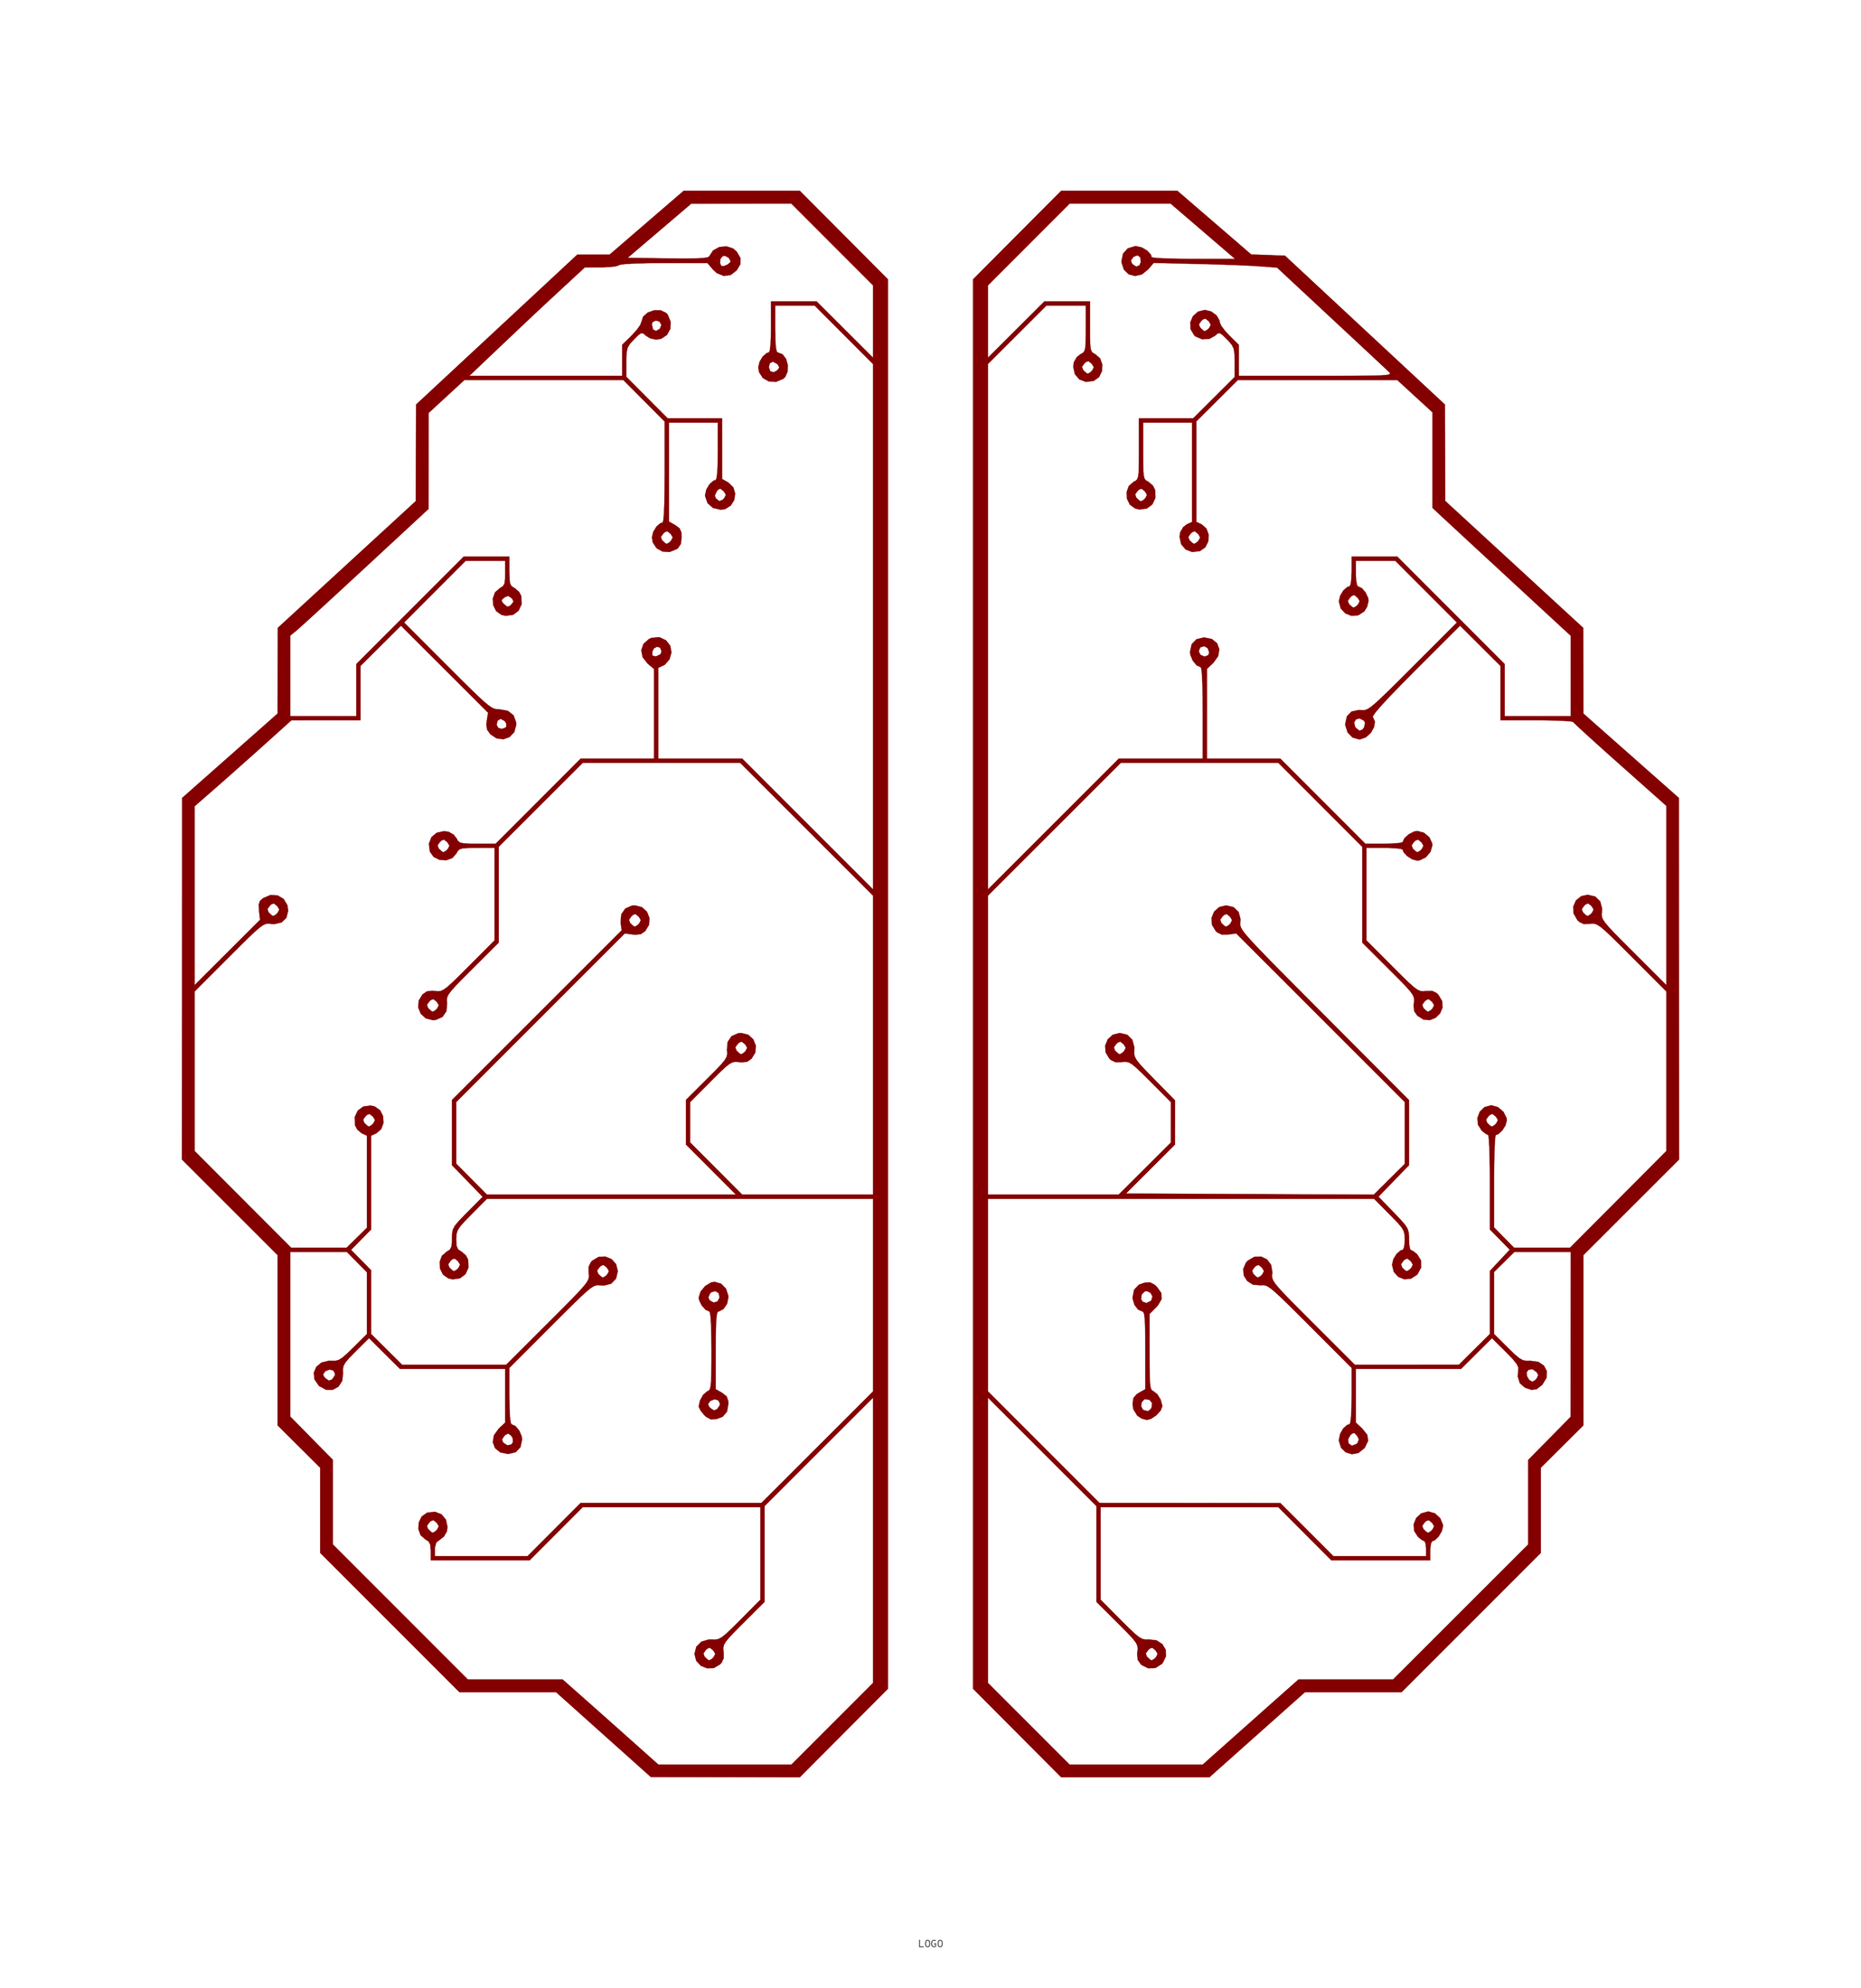
<source format=kicad_sym>
(kicad_symbol_lib
  (version 20220914)
  (generator bitmap2component)
  (symbol "LOGO"
    (pin_names
      (offset 1.016))
    (property "Reference" "#G"
      (at 0 98.055 0)
      (effects (font (size 1.27 1.27)) hide))
    (symbol "LOGO_0_0"
      (polyline (pts (xy -10.774 -93.185) (xy -5.292 -87.681) (xy -5.292 0) (xy -5.292 87.681) (xy -10.774 93.185) (xy -16.255 98.689) (xy -23.487 98.689) (xy -30.718 98.689) (xy -35.322 94.721) (xy -39.926 90.752) (xy -41.935 90.752) (xy -43.946 90.752) (xy -53.974 81.425) (xy -64.002 72.099) (xy -64.016 66.097) (xy -64.029 60.095) (xy -72.616 52.206) (xy -81.203 44.318) (xy -81.215 38.987) (xy -81.227 33.656) (xy -87.168 28.404) (xy -93.11 23.151) (xy -93.11 22.113) (xy -91.546 22.113) (xy -88.983 24.352) (xy -88.512 24.765) (xy -87.258 25.869) (xy -85.821 27.145) (xy -84.341 28.463) (xy -82.963 29.697) (xy -79.507 32.804) (xy -75.208 32.806) (xy -70.908 32.808) (xy -70.908 36.187) (xy -70.908 39.566) (xy -68.393 42.07) (xy -65.879 44.575) (xy -60.462 39.163) (xy -55.045 33.751) (xy -55.207 32.739) (xy -55.261 32.276) (xy -55.259 32.264) (xy -53.975 32.264) (xy -53.853 32.771) (xy -53.483 32.985) (xy -52.992 32.733) (xy -52.787 32.434) (xy -52.769 32.04) (xy -52.877 31.909) (xy -53.327 31.739) (xy -53.773 31.872) (xy -53.975 32.264) (xy -55.259 32.264) (xy -55.167 31.645) (xy -54.758 31.077) (xy -53.995 30.56) (xy -53.144 30.451) (xy -52.361 30.726) (xy -51.78 31.336) (xy -51.537 32.233) (xy -51.549 32.559) (xy -51.868 33.44) (xy -52.581 33.995) (xy -53.637 34.18) (xy -53.945 34.189) (xy -54.248 34.251) (xy -54.587 34.407) (xy -55.011 34.698) (xy -55.567 35.163) (xy -56.304 35.842) (xy -57.269 36.777) (xy -58.511 38.007) (xy -60.077 39.572) (xy -65.478 44.978) (xy -61.648 48.815) (xy -57.818 52.652) (xy -55.367 52.652) (xy -52.917 52.652) (xy -52.917 51.107) (xy -52.927 50.448) (xy -53.002 49.833) (xy -53.199 49.49) (xy -53.571 49.264) (xy -53.571 49.264) (xy -54.179 48.735) (xy -54.454 47.971) (xy -54.443 47.779) (xy -53.35 47.779) (xy -53.024 48.073) (xy -52.951 48.124) (xy -52.535 48.283) (xy -52.144 48.024) (xy -52.025 47.899) (xy -51.885 47.578) (xy -52.161 47.209) (xy -52.349 47.034) (xy -52.654 46.948) (xy -53.041 47.257) (xy -53.277 47.51) (xy -53.35 47.779) (xy -54.443 47.779) (xy -54.405 47.136) (xy -54.042 46.399) (xy -53.375 45.925) (xy -52.836 45.803) (xy -51.929 45.929) (xy -51.241 46.44) (xy -50.866 47.247) (xy -50.902 48.258) (xy -51.173 48.787) (xy -51.733 49.264) (xy -51.789 49.29) (xy -52.115 49.498) (xy -52.295 49.823) (xy -52.371 50.401) (xy -52.388 51.372) (xy -52.388 53.181) (xy -55.234 53.181) (xy -58.08 53.181) (xy -64.759 46.499) (xy -71.438 39.816) (xy -71.438 36.577) (xy -71.438 33.337) (xy -75.539 33.337) (xy -79.64 33.337) (xy -79.64 38.345) (xy -79.64 43.353) (xy -78.883 43.968) (xy -78.812 44.028) (xy -78.344 44.443) (xy -77.549 45.162) (xy -76.473 46.144) (xy -75.162 47.346) (xy -73.663 48.725) (xy -72.022 50.239) (xy -70.284 51.846) (xy -62.442 59.111) (xy -62.44 65.076) (xy -62.438 71.041) (xy -60.211 73.091) (xy -57.983 75.142) (xy -48.103 75.142) (xy -38.222 75.142) (xy -35.648 72.557) (xy -33.073 69.973) (xy -33.073 63.694) (xy -33.073 63.519) (xy -33.086 61.386) (xy -33.119 59.685) (xy -33.173 58.44) (xy -33.246 57.675) (xy -33.337 57.414) (xy -33.603 57.342) (xy -34.101 56.912) (xy -34.498 56.255) (xy -34.647 55.621) (xy -33.536 55.621) (xy -33.249 56.029) (xy -33.046 56.221) (xy -32.74 56.326) (xy -32.368 56.029) (xy -32.297 55.956) (xy -32.074 55.569) (xy -32.268 55.179) (xy -32.494 54.949) (xy -32.808 54.769) (xy -32.98 54.84) (xy -33.349 55.179) (xy -33.403 55.248) (xy -33.536 55.621) (xy -34.647 55.621) (xy -34.66 55.562) (xy -34.558 54.94) (xy -34.082 54.218) (xy -33.335 53.801) (xy -32.446 53.749) (xy -31.544 54.122) (xy -31.407 54.229) (xy -31.056 54.755) (xy -30.956 55.59) (xy -30.994 56.201) (xy -31.216 56.704) (xy -31.748 57.096) (xy -32.54 57.547) (xy -32.542 63.698) (xy -32.544 69.85) (xy -29.501 69.85) (xy -26.458 69.85) (xy -26.458 66.278) (xy -26.475 64.851) (xy -26.527 63.694) (xy -26.611 62.962) (xy -26.723 62.706) (xy -26.989 62.634) (xy -27.486 62.203) (xy -27.883 61.547) (xy -28.046 60.854) (xy -28.042 60.765) (xy -26.832 60.765) (xy -26.602 61.273) (xy -26.41 61.515) (xy -26.141 61.629) (xy -25.77 61.33) (xy -25.68 61.239) (xy -25.462 60.856) (xy -25.654 60.471) (xy -25.86 60.249) (xy -26.268 60.088) (xy -26.686 60.413) (xy -26.832 60.765) (xy -28.042 60.765) (xy -28.04 60.696) (xy -27.737 59.817) (xy -27.049 59.221) (xy -26.076 59.002) (xy -25.541 59.085) (xy -24.843 59.523) (xy -24.414 60.214) (xy -24.294 61.016) (xy -24.52 61.788) (xy -25.134 62.388) (xy -25.926 62.839) (xy -25.927 66.609) (xy -25.929 70.379) (xy -29.308 70.379) (xy -32.686 70.379) (xy -35.261 72.964) (xy -37.835 75.548) (xy -37.835 77.384) (xy -37.835 77.717) (xy -37.801 78.59) (xy -37.673 79.171) (xy -37.388 79.645) (xy -36.882 80.197) (xy -36.376 80.701) (xy -36.009 80.971) (xy -35.74 80.945) (xy -35.427 80.671) (xy -34.885 80.334) (xy -34.131 80.169) (xy -33.509 80.271) (xy -32.787 80.747) (xy -32.37 81.494) (xy -32.318 82.383) (xy -32.691 83.285) (xy -32.897 83.512) (xy -33.587 83.831) (xy -34.398 83.827) (xy -35.174 83.548) (xy -35.755 83.037) (xy -35.983 82.341) (xy -36.089 82.065) (xy -34.66 82.065) (xy -34.585 82.348) (xy -34.16 82.55) (xy -33.705 82.402) (xy -33.485 81.992) (xy -33.676 81.524) (xy -34.157 81.25) (xy -34.52 81.442) (xy -34.66 82.065) (xy -36.089 82.065) (xy -36.116 81.993) (xy -36.547 81.384) (xy -37.174 80.698) (xy -38.365 79.529) (xy -38.365 77.6) (xy -38.365 75.671) (xy -47.861 75.671) (xy -57.358 75.671) (xy -55.34 77.589) (xy -53.726 79.122) (xy -52.203 80.567) (xy -50.936 81.767) (xy -49.855 82.787) (xy -48.893 83.69) (xy -47.981 84.542) (xy -47.052 85.405) (xy -46.038 86.345) (xy -42.995 89.159) (xy -40.96 89.162) (xy -40.758 89.163) (xy -39.799 89.208) (xy -39.087 89.303) (xy -38.761 89.429) (xy -38.532 89.507) (xy -37.81 89.585) (xy -36.644 89.644) (xy -35.083 89.681) (xy -33.172 89.694) (xy -27.747 89.694) (xy -27.744 89.69) (xy -26.183 89.69) (xy -26.127 90.222) (xy -25.829 90.571) (xy -25.551 90.587) (xy -25.088 90.338) (xy -24.871 89.915) (xy -24.906 89.809) (xy -25.235 89.524) (xy -25.697 89.328) (xy -26.027 89.35) (xy -26.183 89.69) (xy -27.744 89.69) (xy -27.079 88.9) (xy -26.58 88.439) (xy -25.712 88.092) (xy -24.845 88.212) (xy -24.096 88.803) (xy -23.644 89.571) (xy -23.631 90.306) (xy -24.096 91.113) (xy -24.549 91.516) (xy -25.392 91.79) (xy -26.283 91.696) (xy -27.058 91.261) (xy -27.552 90.514) (xy -27.745 90.407) (xy -28.316 90.326) (xy -29.299 90.28) (xy -30.733 90.266) (xy -32.657 90.283) (xy -37.661 90.355) (xy -33.713 93.719) (xy -29.766 97.082) (xy -23.545 97.092) (xy -17.325 97.102) (xy -12.235 92.006) (xy -7.144 86.911) (xy -7.144 82.419) (xy -7.144 77.927) (xy -10.653 81.429) (xy -14.162 84.931) (xy -17.003 84.931) (xy -19.844 84.931) (xy -19.844 81.756) (xy -19.856 80.688) (xy -19.906 79.558) (xy -19.992 78.835) (xy -20.108 78.581) (xy -20.374 78.509) (xy -20.871 78.078) (xy -21.269 77.422) (xy -21.43 76.736) (xy -20.108 76.736) (xy -19.988 77.228) (xy -19.608 77.428) (xy -19.1 77.157) (xy -18.975 77.027) (xy -18.814 76.698) (xy -19.059 76.364) (xy -19.497 76.12) (xy -19.928 76.234) (xy -20.108 76.736) (xy -21.43 76.736) (xy -21.431 76.729) (xy -21.329 76.107) (xy -20.853 75.385) (xy -20.106 74.968) (xy -19.217 74.916) (xy -18.315 75.289) (xy -18.073 75.517) (xy -17.771 76.198) (xy -17.745 77.003) (xy -17.965 77.774) (xy -18.396 78.353) (xy -19.005 78.581) (xy -19.112 78.67) (xy -19.227 79.148) (xy -19.294 80.075) (xy -19.315 81.492) (xy -19.315 84.402) (xy -16.864 84.402) (xy -14.413 84.402) (xy -10.778 80.761) (xy -7.144 77.119) (xy -7.144 44.448) (xy -7.144 11.777) (xy -15.281 19.912) (xy -23.419 28.046) (xy -28.643 28.046) (xy -33.867 28.046) (xy -33.867 33.692) (xy -33.867 39.338) (xy -33.238 39.624) (xy -33.016 39.752) (xy -32.46 40.408) (xy -32.222 41.261) (xy -32.376 42.097) (xy -32.9 42.77) (xy -33.737 43.161) (xy -34.699 43.074) (xy -35.038 42.926) (xy -35.72 42.315) (xy -35.986 41.517) (xy -35.947 41.32) (xy -34.615 41.32) (xy -34.412 41.758) (xy -34.019 41.956) (xy -33.64 41.844) (xy -33.47 41.407) (xy -33.573 41.048) (xy -34.086 40.791) (xy -34.251 40.772) (xy -34.595 40.866) (xy -34.615 41.32) (xy -35.947 41.32) (xy -35.815 40.657) (xy -35.19 39.86) (xy -34.396 39.193) (xy -34.396 33.619) (xy -34.396 28.046) (xy -38.962 28.046) (xy -43.529 28.046) (xy -48.816 22.754) (xy -54.102 17.462) (xy -56.377 17.462) (xy -57.304 17.468) (xy -58.07 17.506) (xy -58.52 17.606) (xy -58.774 17.8) (xy -58.951 18.117) (xy -59.313 18.582) (xy -59.956 18.948) (xy -60.515 19.024) (xy -61.429 18.829) (xy -62.09 18.275) (xy -62.407 17.459) (xy -62.383 17.256) (xy -61.317 17.256) (xy -61.03 17.665) (xy -60.827 17.856) (xy -60.521 17.961) (xy -60.149 17.665) (xy -60.078 17.591) (xy -59.856 17.204) (xy -60.049 16.814) (xy -60.275 16.584) (xy -60.59 16.404) (xy -60.761 16.475) (xy -61.13 16.814) (xy -61.185 16.883) (xy -61.317 17.256) (xy -62.383 17.256) (xy -62.29 16.475) (xy -62.289 16.474) (xy -61.815 15.808) (xy -61.078 15.445) (xy -60.243 15.396) (xy -59.479 15.671) (xy -58.951 16.279) (xy -58.826 16.522) (xy -58.601 16.749) (xy -58.21 16.873) (xy -57.532 16.923) (xy -56.446 16.933) (xy -54.24 16.933) (xy -54.24 11.182) (xy -54.24 5.432) (xy -57.447 2.216) (xy -57.466 2.197) (xy -58.63 1.035) (xy -59.491 0.199) (xy -60.117 -0.363) (xy -60.578 -0.7) (xy -60.941 -0.863) (xy -61.276 -0.901) (xy -61.65 -0.866) (xy -61.953 -0.834) (xy -62.652 -0.908) (xy -63.205 -1.292) (xy -63.677 -2.068) (xy -63.711 -2.587) (xy -62.64 -2.587) (xy -62.353 -2.179) (xy -62.15 -1.988) (xy -61.844 -1.882) (xy -61.472 -2.179) (xy -61.401 -2.253) (xy -61.178 -2.64) (xy -61.372 -3.03) (xy -61.598 -3.26) (xy -61.913 -3.44) (xy -62.084 -3.368) (xy -62.453 -3.03) (xy -62.508 -2.961) (xy -62.64 -2.587) (xy -63.711 -2.587) (xy -63.733 -2.922) (xy -63.42 -3.704) (xy -62.794 -4.276) (xy -61.913 -4.498) (xy -61.544 -4.468) (xy -60.709 -4.099) (xy -60.215 -3.376) (xy -60.132 -2.383) (xy -60.137 -2.347) (xy -60.168 -1.983) (xy -60.122 -1.651) (xy -59.949 -1.284) (xy -59.598 -0.815) (xy -59.021 -0.176) (xy -58.168 0.7) (xy -56.988 1.881) (xy -53.71 5.151) (xy -53.71 11.111) (xy -53.71 17.071) (xy -48.483 22.294) (xy -43.255 27.517) (xy -33.469 27.517) (xy -23.683 27.517) (xy -15.414 19.25) (xy -7.144 10.983) (xy -7.144 -7.605) (xy -7.144 -26.194) (xy -15.284 -26.194) (xy -23.424 -26.194) (xy -26.661 -22.949) (xy -29.898 -19.704) (xy -29.898 -17.199) (xy -29.898 -14.694) (xy -27.352 -12.139) (xy -27.15 -11.936) (xy -26.18 -10.972) (xy -25.484 -10.321) (xy -24.981 -9.926) (xy -24.589 -9.731) (xy -24.227 -9.68) (xy -23.811 -9.717) (xy -23.507 -9.749) (xy -22.808 -9.676) (xy -22.256 -9.291) (xy -21.784 -8.515) (xy -21.728 -7.662) (xy -22.041 -6.879) (xy -22.666 -6.307) (xy -23.548 -6.085) (xy -23.917 -6.115) (xy -24.752 -6.484) (xy -25.246 -7.208) (xy -25.301 -7.879) (xy -24.276 -7.879) (xy -23.988 -7.471) (xy -23.785 -7.279) (xy -23.48 -7.174) (xy -23.108 -7.471) (xy -23.036 -7.544) (xy -22.814 -7.931) (xy -23.008 -8.321) (xy -23.233 -8.551) (xy -23.548 -8.731) (xy -23.719 -8.66) (xy -24.088 -8.321) (xy -24.143 -8.252) (xy -24.276 -7.879) (xy -25.301 -7.879) (xy -25.328 -8.201) (xy -25.313 -8.316) (xy -25.293 -8.706) (xy -25.373 -9.065) (xy -25.61 -9.474) (xy -26.058 -10.014) (xy -26.773 -10.763) (xy -27.811 -11.803) (xy -30.427 -14.41) (xy -30.427 -17.189) (xy -30.427 -19.968) (xy -27.322 -23.081) (xy -24.218 -26.194) (xy -39.698 -26.194) (xy -55.179 -26.194) (xy -57.09 -24.269) (xy -59.002 -22.345) (xy -59.002 -18.516) (xy -59.002 -14.687) (xy -48.516 -4.198) (xy -38.03 6.29) (xy -37.037 6.157) (xy -36.741 6.126) (xy -36.039 6.199) (xy -35.485 6.584) (xy -35.013 7.36) (xy -34.957 8.213) (xy -35.27 8.996) (xy -35.895 9.568) (xy -36.777 9.79) (xy -37.144 9.76) (xy -37.979 9.392) (xy -38.474 8.669) (xy -38.531 7.996) (xy -37.505 7.996) (xy -37.217 8.404) (xy -37.015 8.595) (xy -36.709 8.701) (xy -36.337 8.404) (xy -36.265 8.331) (xy -36.043 7.944) (xy -36.237 7.554) (xy -36.463 7.324) (xy -36.777 7.144) (xy -36.948 7.215) (xy -37.317 7.554) (xy -37.372 7.623) (xy -37.505 7.996) (xy -38.531 7.996) (xy -38.557 7.677) (xy -38.424 6.685) (xy -48.978 -3.866) (xy -59.531 -14.417) (xy -59.531 -18.482) (xy -59.531 -22.546) (xy -57.627 -24.51) (xy -55.723 -26.474) (xy -57.627 -28.39) (xy -57.995 -28.762) (xy -58.73 -29.528) (xy -59.183 -30.083) (xy -59.422 -30.543) (xy -59.515 -31.026) (xy -59.531 -31.648) (xy -59.534 -31.947) (xy -59.595 -32.646) (xy -59.79 -33.036) (xy -60.185 -33.286) (xy -60.186 -33.286) (xy -60.794 -33.815) (xy -61.069 -34.579) (xy -61.052 -34.866) (xy -59.995 -34.866) (xy -59.707 -34.458) (xy -59.504 -34.267) (xy -59.198 -34.161) (xy -58.826 -34.458) (xy -58.755 -34.532) (xy -58.533 -34.919) (xy -58.727 -35.309) (xy -58.952 -35.539) (xy -59.267 -35.719) (xy -59.438 -35.648) (xy -59.807 -35.309) (xy -59.862 -35.24) (xy -59.995 -34.866) (xy -61.052 -34.866) (xy -61.019 -35.413) (xy -60.657 -36.151) (xy -59.99 -36.625) (xy -59.45 -36.747) (xy -58.544 -36.621) (xy -57.855 -36.11) (xy -57.481 -35.303) (xy -57.516 -34.292) (xy -57.788 -33.763) (xy -58.348 -33.286) (xy -58.365 -33.278) (xy -58.771 -33.005) (xy -58.957 -32.565) (xy -59.002 -31.78) (xy -59.002 -31.651) (xy -58.966 -31.111) (xy -58.826 -30.653) (xy -58.513 -30.165) (xy -57.957 -29.534) (xy -57.09 -28.647) (xy -55.179 -26.723) (xy -31.161 -26.723) (xy -7.144 -26.723) (xy -7.144 -38.697) (xy -7.144 -50.672) (xy -14.091 -57.615) (xy -21.038 -64.558) (xy -32.285 -64.558) (xy -43.532 -64.558) (xy -46.831 -67.866) (xy -50.131 -71.173) (xy -55.889 -71.173) (xy -61.648 -71.173) (xy -61.648 -70.289) (xy -61.643 -70.087) (xy -61.477 -69.473) (xy -60.994 -69.108) (xy -60.528 -68.746) (xy -60.162 -68.102) (xy -60.086 -67.543) (xy -60.281 -66.629) (xy -60.835 -65.969) (xy -61.652 -65.652) (xy -62.635 -65.769) (xy -62.636 -65.769) (xy -63.303 -66.243) (xy -63.665 -66.981) (xy -63.691 -67.41) (xy -62.64 -67.41) (xy -62.353 -67.002) (xy -62.15 -66.811) (xy -61.844 -66.705) (xy -61.472 -67.002) (xy -61.401 -67.076) (xy -61.178 -67.463) (xy -61.372 -67.852) (xy -61.598 -68.083) (xy -61.913 -68.263) (xy -62.084 -68.191) (xy -62.453 -67.852) (xy -62.508 -67.784) (xy -62.64 -67.41) (xy -63.691 -67.41) (xy -63.714 -67.815) (xy -63.439 -68.58) (xy -62.831 -69.108) (xy -62.438 -69.357) (xy -62.228 -69.787) (xy -62.177 -70.554) (xy -62.177 -71.702) (xy -56.022 -71.702) (xy -49.866 -71.702) (xy -46.567 -68.395) (xy -43.267 -65.088) (xy -32.217 -65.088) (xy -21.167 -65.088) (xy -21.168 -70.842) (xy -21.169 -76.597) (xy -23.667 -79.111) (xy -24.675 -80.116) (xy -25.413 -80.815) (xy -25.948 -81.249) (xy -26.363 -81.477) (xy -26.744 -81.555) (xy -27.171 -81.542) (xy -27.582 -81.54) (xy -28.511 -81.818) (xy -29.138 -82.446) (xy -29.354 -83.285) (xy -28.244 -83.285) (xy -27.957 -82.877) (xy -27.754 -82.686) (xy -27.448 -82.58) (xy -27.076 -82.877) (xy -27.005 -82.951) (xy -26.783 -83.338) (xy -26.977 -83.727) (xy -27.202 -83.958) (xy -27.517 -84.138) (xy -27.688 -84.066) (xy -28.057 -83.727) (xy -28.112 -83.659) (xy -28.244 -83.285) (xy -29.354 -83.285) (xy -29.369 -83.344) (xy -29.147 -84.204) (xy -28.573 -84.823) (xy -27.788 -85.14) (xy -26.938 -85.097) (xy -26.163 -84.636) (xy -25.998 -84.455) (xy -25.723 -83.882) (xy -25.737 -83.08) (xy -25.752 -82.966) (xy -25.772 -82.576) (xy -25.691 -82.216) (xy -25.454 -81.807) (xy -25.006 -81.268) (xy -24.291 -80.518) (xy -23.254 -79.478) (xy -20.637 -76.871) (xy -20.637 -70.911) (xy -20.637 -64.951) (xy -13.891 -58.208) (xy -7.144 -51.465) (xy -7.144 -69.204) (xy -7.144 -86.943) (xy -12.221 -92.022) (xy -17.299 -97.102) (xy -25.578 -97.102) (xy -33.858 -97.102) (xy -37.5 -93.853) (xy -38.347 -93.098) (xy -39.774 -91.827) (xy -41.184 -90.573) (xy -42.453 -89.447) (xy -43.453 -88.561) (xy -45.763 -86.519) (xy -51.656 -86.519) (xy -57.55 -86.519) (xy -65.949 -78.117) (xy -74.348 -69.715) (xy -74.348 -64.452) (xy -74.348 -59.19) (xy -76.994 -56.501) (xy -79.64 -53.813) (xy -79.64 -43.575) (xy -79.64 -33.337) (xy -76.124 -33.337) (xy -72.608 -33.337) (xy -71.361 -34.603) (xy -70.115 -35.869) (xy -70.115 -39.704) (xy -70.115 -43.539) (xy -71.832 -45.242) (xy -72.509 -45.902) (xy -73.143 -46.462) (xy -73.623 -46.764) (xy -74.066 -46.876) (xy -74.591 -46.869) (xy -74.845 -46.863) (xy -75.768 -47.086) (xy -76.415 -47.623) (xy -76.727 -48.359) (xy -76.707 -48.563) (xy -75.565 -48.563) (xy -75.313 -48.212) (xy -75.256 -48.16) (xy -74.75 -47.962) (xy -74.286 -48.096) (xy -74.083 -48.51) (xy -74.132 -48.734) (xy -74.452 -49.189) (xy -74.836 -49.338) (xy -75.265 -49.052) (xy -75.417 -48.891) (xy -75.565 -48.563) (xy -76.707 -48.563) (xy -76.647 -49.177) (xy -76.117 -49.96) (xy -76.038 -50.032) (xy -75.195 -50.485) (xy -74.362 -50.488) (xy -73.653 -50.1) (xy -73.184 -49.382) (xy -73.073 -48.393) (xy -73.097 -47.985) (xy -73.032 -47.539) (xy -72.793 -47.093) (xy -72.309 -46.524) (xy -71.51 -45.714) (xy -69.849 -44.067) (xy -67.925 -45.978) (xy -66.001 -47.89) (xy -59.459 -47.89) (xy -52.917 -47.89) (xy -52.917 -51.223) (xy -52.917 -54.556) (xy -53.71 -55.298) (xy -53.724 -55.311) (xy -54.318 -56.145) (xy -54.403 -56.662) (xy -53.307 -56.662) (xy -53.02 -56.233) (xy -52.86 -56.081) (xy -52.532 -55.933) (xy -52.181 -56.185) (xy -51.983 -56.49) (xy -51.946 -56.997) (xy -52.169 -57.297) (xy -52.652 -57.382) (xy -53.158 -57.046) (xy -53.307 -56.662) (xy -54.403 -56.662) (xy -54.457 -56.992) (xy -54.183 -57.739) (xy -53.537 -58.27) (xy -52.561 -58.473) (xy -52.534 -58.473) (xy -51.605 -58.247) (xy -51.01 -57.628) (xy -50.8 -56.666) (xy -50.849 -56.282) (xy -51.151 -55.565) (xy -51.619 -54.998) (xy -52.123 -54.769) (xy -52.226 -54.558) (xy -52.313 -53.87) (xy -52.368 -52.755) (xy -52.388 -51.266) (xy -52.388 -47.762) (xy -47.194 -42.564) (xy -47.067 -42.437) (xy -45.564 -40.935) (xy -44.383 -39.765) (xy -43.474 -38.886) (xy -42.789 -38.259) (xy -42.279 -37.844) (xy -41.894 -37.6) (xy -41.587 -37.488) (xy -41.307 -37.468) (xy -41.007 -37.499) (xy -40.626 -37.521) (xy -39.721 -37.283) (xy -39.115 -36.658) (xy -38.894 -35.719) (xy -39.11 -34.846) (xy -39.679 -34.217) (xy -40.459 -33.9) (xy -41.313 -33.951) (xy -42.099 -34.427) (xy -42.262 -34.605) (xy -42.539 -35.178) (xy -42.531 -35.66) (xy -41.474 -35.66) (xy -41.186 -35.252) (xy -40.983 -35.061) (xy -40.678 -34.955) (xy -40.306 -35.252) (xy -40.234 -35.325) (xy -40.012 -35.713) (xy -40.206 -36.102) (xy -40.431 -36.333) (xy -40.746 -36.513) (xy -40.917 -36.441) (xy -41.286 -36.102) (xy -41.341 -36.034) (xy -41.474 -35.66) (xy -42.531 -35.66) (xy -42.526 -35.98) (xy -42.523 -36.005) (xy -42.494 -36.301) (xy -42.52 -36.581) (xy -42.64 -36.893) (xy -42.896 -37.285) (xy -43.325 -37.807) (xy -43.97 -38.507) (xy -44.869 -39.435) (xy -46.063 -40.639) (xy -47.591 -42.167) (xy -52.789 -47.361) (xy -59.263 -47.361) (xy -65.737 -47.361) (xy -67.661 -45.449) (xy -69.585 -43.537) (xy -69.585 -39.571) (xy -69.585 -35.605) (xy -70.832 -34.339) (xy -72.079 -33.073) (xy -70.832 -31.807) (xy -69.585 -30.541) (xy -69.585 -24.706) (xy -69.585 -18.87) (xy -68.931 -18.572) (xy -68.931 -18.572) (xy -68.323 -18.044) (xy -68.048 -17.279) (xy -68.097 -16.445) (xy -68.46 -15.707) (xy -69.127 -15.233) (xy -69.666 -15.111) (xy -70.573 -15.237) (xy -71.261 -15.748) (xy -71.636 -16.555) (xy -71.625 -16.875) (xy -70.578 -16.875) (xy -70.29 -16.466) (xy -70.088 -16.275) (xy -69.782 -16.17) (xy -69.41 -16.466) (xy -69.338 -16.54) (xy -69.116 -16.927) (xy -69.31 -17.317) (xy -69.536 -17.547) (xy -69.85 -17.727) (xy -70.021 -17.656) (xy -70.39 -17.317) (xy -70.445 -17.248) (xy -70.578 -16.875) (xy -71.625 -16.875) (xy -71.6 -17.567) (xy -71.329 -18.096) (xy -70.769 -18.572) (xy -70.115 -18.87) (xy -70.115 -24.593) (xy -70.115 -30.315) (xy -71.38 -31.561) (xy -72.646 -32.808) (xy -76.089 -32.808) (xy -79.531 -32.808) (xy -85.537 -26.789) (xy -91.543 -20.77) (xy -91.544 -10.851) (xy -91.546 -0.932) (xy -87.272 3.347) (xy -85.993 4.625) (xy -84.912 5.691) (xy -84.097 6.465) (xy -83.495 6.99) (xy -83.051 7.311) (xy -82.71 7.471) (xy -82.417 7.514) (xy -82.118 7.484) (xy -81.644 7.446) (xy -80.73 7.659) (xy -80.124 8.242) (xy -79.904 9.134) (xy -80.003 9.809) (xy -80.469 10.587) (xy -81.21 11.03) (xy -82.11 11.08) (xy -83.051 10.679) (xy -83.422 10.345) (xy -83.579 9.884) (xy -83.552 9.319) (xy -82.484 9.319) (xy -82.197 9.727) (xy -81.994 9.918) (xy -81.688 10.024) (xy -81.316 9.727) (xy -81.245 9.654) (xy -81.022 9.266) (xy -81.216 8.877) (xy -81.442 8.647) (xy -81.756 8.467) (xy -81.927 8.538) (xy -82.296 8.877) (xy -82.351 8.945) (xy -82.484 9.319) (xy -83.552 9.319) (xy -83.542 9.119) (xy -83.415 7.992) (xy -87.48 3.933) (xy -91.546 -0.126) (xy -91.546 10.994) (xy -91.546 22.113) (xy -93.11 22.113) (xy -93.121 0.659) (xy -93.133 -21.833) (xy -87.18 -27.781) (xy -81.227 -33.73) (xy -81.227 -44.321) (xy -81.227 -54.911) (xy -78.581 -57.547) (xy -75.935 -60.183) (xy -75.935 -65.478) (xy -75.935 -70.773) (xy -67.272 -79.44) (xy -58.608 -88.106) (xy -52.598 -88.106) (xy -46.589 -88.106) (xy -40.691 -93.384) (xy -34.793 -98.662) (xy -25.524 -98.676) (xy -16.255 -98.69) (xy -10.774 -93.185)) (stroke (width 0.01) (type default)) (fill (type outline)))
      (polyline (pts (xy 40.646 -93.398) (xy 46.59 -88.106) (xy 52.599 -88.106) (xy 58.608 -88.106) (xy 67.272 -79.44) (xy 75.935 -70.773) (xy 75.935 -65.478) (xy 75.935 -60.183) (xy 78.581 -57.547) (xy 81.227 -54.911) (xy 81.227 -44.321) (xy 81.227 -33.73) (xy 87.18 -27.781) (xy 93.133 -21.833) (xy 93.121 0.659) (xy 93.11 23.151) (xy 87.168 28.404) (xy 81.227 33.656) (xy 81.216 38.987) (xy 81.204 44.318) (xy 72.617 52.218) (xy 64.029 60.117) (xy 64.016 66.108) (xy 64.002 72.099) (xy 54.052 81.359) (xy 44.102 90.62) (xy 42.001 90.697) (xy 39.9 90.774) (xy 35.309 94.732) (xy 30.718 98.689) (xy 23.487 98.689) (xy 16.255 98.689) (xy 10.773 93.185) (xy 5.292 87.681) (xy 5.292 86.911) (xy 7.144 86.911) (xy 12.234 92.006) (xy 17.325 97.102) (xy 23.593 97.102) (xy 29.861 97.102) (xy 33.867 93.662) (xy 37.873 90.223) (xy 32.695 90.223) (xy 32.463 90.223) (xy 30.896 90.236) (xy 29.538 90.268) (xy 28.468 90.314) (xy 27.768 90.372) (xy 27.517 90.438) (xy 27.422 90.75) (xy 26.961 91.253) (xy 26.28 91.65) (xy 25.563 91.81) (xy 25.456 91.808) (xy 24.548 91.537) (xy 23.952 90.883) (xy 23.773 90.019) (xy 24.936 90.019) (xy 25.222 90.423) (xy 25.306 90.499) (xy 25.774 90.657) (xy 26.104 90.396) (xy 26.152 89.81) (xy 25.998 89.428) (xy 25.606 89.252) (xy 25.132 89.566) (xy 25.067 89.647) (xy 24.936 90.019) (xy 23.773 90.019) (xy 23.755 89.933) (xy 23.765 89.766) (xy 24.058 88.868) (xy 24.659 88.296) (xy 25.444 88.088) (xy 26.294 88.28) (xy 27.088 88.91) (xy 27.764 89.714) (xy 33.263 89.585) (xy 33.368 89.583) (xy 35.194 89.534) (xy 36.988 89.475) (xy 38.626 89.412) (xy 39.985 89.349) (xy 40.939 89.29) (xy 43.117 89.125) (xy 49.803 82.899) (xy 51.033 81.753) (xy 52.55 80.34) (xy 53.923 79.059) (xy 55.105 77.956) (xy 56.046 77.077) (xy 56.698 76.467) (xy 57.01 76.172) (xy 57.045 76.138) (xy 57.152 76.013) (xy 57.16 75.913) (xy 57.022 75.835) (xy 56.691 75.775) (xy 56.118 75.732) (xy 55.255 75.703) (xy 54.054 75.685) (xy 52.468 75.675) (xy 50.449 75.671) (xy 47.948 75.671) (xy 38.365 75.671) (xy 38.365 77.6) (xy 38.365 79.529) (xy 37.174 80.698) (xy 36.629 81.285) (xy 36.163 81.915) (xy 35.983 82.341) (xy 35.958 82.552) (xy 35.591 83.19) (xy 34.925 83.678) (xy 34.131 83.873) (xy 33.279 83.662) (xy 32.644 83.098) (xy 32.314 82.32) (xy 32.324 82.079) (xy 33.403 82.079) (xy 33.691 82.488) (xy 33.894 82.679) (xy 34.2 82.784) (xy 34.572 82.488) (xy 34.643 82.414) (xy 34.865 82.027) (xy 34.671 81.637) (xy 34.446 81.407) (xy 34.131 81.227) (xy 33.96 81.298) (xy 33.591 81.637) (xy 33.536 81.706) (xy 33.403 82.079) (xy 32.324 82.079) (xy 32.349 81.473) (xy 32.808 80.698) (xy 32.966 80.561) (xy 33.779 80.219) (xy 34.674 80.254) (xy 35.427 80.671) (xy 35.703 80.921) (xy 35.969 80.984) (xy 36.314 80.758) (xy 36.882 80.197) (xy 37.064 80.009) (xy 37.494 79.502) (xy 37.725 79.016) (xy 37.818 78.368) (xy 37.835 77.374) (xy 37.835 75.529) (xy 35.251 72.954) (xy 32.667 70.379) (xy 29.298 70.379) (xy 25.929 70.379) (xy 25.929 66.585) (xy 25.929 65.735) (xy 25.92 64.495) (xy 25.89 63.651) (xy 25.825 63.116) (xy 25.709 62.803) (xy 25.531 62.624) (xy 25.275 62.493) (xy 25.274 62.493) (xy 24.666 61.965) (xy 24.392 61.2) (xy 24.409 60.913) (xy 25.466 60.913) (xy 25.753 61.321) (xy 25.956 61.512) (xy 26.262 61.618) (xy 26.634 61.321) (xy 26.706 61.247) (xy 26.928 60.86) (xy 26.734 60.471) (xy 26.508 60.24) (xy 26.194 60.06) (xy 26.023 60.132) (xy 25.654 60.471) (xy 25.599 60.539) (xy 25.466 60.913) (xy 24.409 60.913) (xy 24.441 60.366) (xy 24.804 59.628) (xy 25.471 59.154) (xy 26.01 59.032) (xy 26.916 59.158) (xy 27.605 59.669) (xy 27.98 60.476) (xy 27.944 61.487) (xy 27.673 62.017) (xy 27.113 62.493) (xy 27.033 62.53) (xy 26.793 62.671) (xy 26.631 62.887) (xy 26.532 63.27) (xy 26.481 63.909) (xy 26.461 64.895) (xy 26.458 66.321) (xy 26.458 69.85) (xy 29.501 69.85) (xy 32.544 69.85) (xy 32.544 63.675) (xy 32.544 57.499) (xy 31.89 57.201) (xy 31.424 56.839) (xy 31.058 56.196) (xy 30.982 55.637) (xy 30.985 55.621) (xy 32.081 55.621) (xy 32.368 56.029) (xy 32.571 56.221) (xy 32.877 56.326) (xy 33.249 56.029) (xy 33.32 55.956) (xy 33.542 55.569) (xy 33.349 55.179) (xy 33.123 54.949) (xy 32.808 54.769) (xy 32.637 54.84) (xy 32.268 55.179) (xy 32.213 55.248) (xy 32.081 55.621) (xy 30.985 55.621) (xy 31.177 54.723) (xy 31.731 54.062) (xy 32.548 53.745) (xy 33.531 53.862) (xy 33.532 53.863) (xy 34.199 54.337) (xy 34.561 55.075) (xy 34.61 55.909) (xy 34.335 56.673) (xy 33.727 57.201) (xy 33.073 57.499) (xy 33.073 63.746) (xy 33.073 69.992) (xy 35.657 72.567) (xy 38.242 75.142) (xy 48.159 75.138) (xy 58.076 75.133) (xy 60.259 73.13) (xy 62.442 71.127) (xy 62.442 65.184) (xy 62.442 59.241) (xy 63.169 58.558) (xy 63.241 58.492) (xy 63.705 58.06) (xy 64.498 57.325) (xy 65.573 56.331) (xy 66.883 55.118) (xy 68.383 53.731) (xy 70.027 52.211) (xy 71.768 50.602) (xy 79.64 43.329) (xy 79.64 38.333) (xy 79.64 33.337) (xy 75.538 33.337) (xy 71.438 33.337) (xy 71.438 36.577) (xy 71.438 39.816) (xy 64.759 46.499) (xy 58.08 53.181) (xy 55.234 53.181) (xy 52.388 53.181) (xy 52.388 51.329) (xy 52.388 51.327) (xy 52.352 50.378) (xy 52.259 49.722) (xy 52.123 49.477) (xy 51.857 49.405) (xy 51.36 48.974) (xy 50.962 48.318) (xy 50.814 47.684) (xy 51.924 47.684) (xy 52.212 48.092) (xy 52.414 48.283) (xy 52.72 48.389) (xy 53.092 48.092) (xy 53.164 48.018) (xy 53.386 47.631) (xy 53.192 47.241) (xy 52.967 47.011) (xy 52.652 46.831) (xy 52.481 46.902) (xy 52.112 47.241) (xy 52.057 47.31) (xy 51.924 47.684) (xy 50.814 47.684) (xy 50.8 47.625) (xy 50.8 47.602) (xy 51.029 46.728) (xy 51.601 46.109) (xy 52.374 45.803) (xy 53.209 45.865) (xy 53.965 46.352) (xy 54.323 46.926) (xy 54.504 47.675) (xy 54.452 48.029) (xy 54.14 48.705) (xy 53.669 49.252) (xy 53.181 49.477) (xy 53.062 49.646) (xy 52.957 50.219) (xy 52.917 51.065) (xy 52.917 52.652) (xy 55.367 52.652) (xy 57.818 52.652) (xy 61.648 48.815) (xy 65.479 44.978) (xy 59.982 39.477) (xy 59.858 39.352) (xy 58.302 37.798) (xy 57.069 36.577) (xy 56.111 35.651) (xy 55.384 34.98) (xy 54.84 34.525) (xy 54.431 34.247) (xy 54.112 34.107) (xy 53.836 34.066) (xy 53.557 34.084) (xy 53.293 34.102) (xy 52.383 33.909) (xy 51.8 33.317) (xy 51.63 32.536) (xy 52.704 32.536) (xy 52.936 32.924) (xy 53.385 33.044) (xy 53.91 32.768) (xy 54.059 32.527) (xy 53.953 31.974) (xy 53.754 31.674) (xy 53.373 31.518) (xy 52.919 31.879) (xy 52.828 32.005) (xy 52.704 32.536) (xy 51.63 32.536) (xy 51.594 32.37) (xy 51.601 32.188) (xy 51.886 31.296) (xy 52.499 30.666) (xy 53.326 30.427) (xy 53.445 30.433) (xy 54.169 30.692) (xy 54.774 31.24) (xy 55.178 31.938) (xy 55.294 32.646) (xy 55.039 33.226) (xy 55.048 33.333) (xy 55.366 33.8) (xy 56.06 34.611) (xy 57.124 35.759) (xy 58.549 37.234) (xy 60.329 39.03) (xy 65.878 44.575) (xy 68.393 42.07) (xy 70.908 39.566) (xy 70.908 36.187) (xy 70.908 32.808) (xy 75.384 32.808) (xy 76.536 32.801) (xy 77.873 32.773) (xy 78.947 32.728) (xy 79.668 32.669) (xy 79.948 32.6) (xy 79.966 32.576) (xy 80.27 32.273) (xy 80.908 31.677) (xy 81.83 30.834) (xy 82.984 29.788) (xy 84.321 28.587) (xy 85.791 27.276) (xy 91.546 22.16) (xy 91.546 11.017) (xy 91.546 -0.126) (xy 87.474 3.939) (xy 86.175 5.239) (xy 85.163 6.266) (xy 84.438 7.033) (xy 83.954 7.599) (xy 83.667 8.021) (xy 83.531 8.356) (xy 83.503 8.663) (xy 83.536 8.998) (xy 83.559 9.38) (xy 83.32 10.286) (xy 82.695 10.892) (xy 81.756 11.113) (xy 80.948 10.937) (xy 80.293 10.402) (xy 79.959 9.637) (xy 79.974 9.319) (xy 81.028 9.319) (xy 81.316 9.727) (xy 81.519 9.918) (xy 81.825 10.024) (xy 82.197 9.727) (xy 82.268 9.654) (xy 82.49 9.266) (xy 82.296 8.877) (xy 82.071 8.647) (xy 81.756 8.467) (xy 81.585 8.538) (xy 81.216 8.877) (xy 81.161 8.945) (xy 81.028 9.319) (xy 79.974 9.319) (xy 80 8.778) (xy 80.471 7.958) (xy 80.709 7.729) (xy 81.253 7.465) (xy 82.025 7.481) (xy 82.081 7.489) (xy 82.4 7.514) (xy 82.702 7.472) (xy 83.043 7.319) (xy 83.478 7.01) (xy 84.063 6.502) (xy 84.855 5.75) (xy 85.908 4.711) (xy 87.279 3.341) (xy 91.546 -0.932) (xy 91.545 -10.851) (xy 91.544 -20.77) (xy 85.547 -26.789) (xy 79.551 -32.808) (xy 76.079 -32.808) (xy 72.608 -32.808) (xy 71.361 -31.543) (xy 70.115 -30.277) (xy 70.115 -24.531) (xy 70.116 -23.816) (xy 70.133 -22.208) (xy 70.165 -20.825) (xy 70.211 -19.742) (xy 70.266 -19.037) (xy 70.329 -18.785) (xy 70.637 -18.682) (xy 71.131 -18.23) (xy 71.535 -17.595) (xy 71.702 -16.969) (xy 71.672 -16.682) (xy 71.29 -15.9) (xy 70.6 -15.312) (xy 69.767 -15.081) (xy 69.747 -15.081) (xy 68.912 -15.313) (xy 68.323 -15.89) (xy 68.035 -16.669) (xy 68.051 -16.875) (xy 69.122 -16.875) (xy 69.41 -16.466) (xy 69.612 -16.275) (xy 69.918 -16.17) (xy 70.29 -16.466) (xy 70.362 -16.54) (xy 70.584 -16.927) (xy 70.39 -17.317) (xy 70.164 -17.547) (xy 69.85 -17.727) (xy 69.679 -17.656) (xy 69.31 -17.317) (xy 69.255 -17.248) (xy 69.122 -16.875) (xy 68.051 -16.875) (xy 68.101 -17.502) (xy 68.577 -18.246) (xy 69.041 -18.622) (xy 69.371 -18.785) (xy 69.401 -18.844) (xy 69.46 -19.322) (xy 69.511 -20.218) (xy 69.55 -21.457) (xy 69.576 -22.964) (xy 69.585 -24.663) (xy 69.585 -30.541) (xy 70.822 -31.797) (xy 72.058 -33.052) (xy 70.822 -34.374) (xy 69.585 -35.696) (xy 69.585 -39.617) (xy 69.585 -43.537) (xy 67.661 -45.449) (xy 65.737 -47.36) (xy 59.263 -47.361) (xy 52.789 -47.361) (xy 47.591 -42.167) (xy 46.129 -40.704) (xy 44.919 -39.484) (xy 44.006 -38.542) (xy 43.35 -37.83) (xy 42.91 -37.3) (xy 42.648 -36.901) (xy 42.521 -36.587) (xy 42.491 -36.308) (xy 42.517 -36.016) (xy 42.533 -35.843) (xy 42.375 -34.925) (xy 41.867 -34.257) (xy 41.132 -33.905) (xy 40.293 -33.933) (xy 39.473 -34.406) (xy 39.236 -34.668) (xy 38.897 -35.462) (xy 38.915 -35.66) (xy 40.018 -35.66) (xy 40.306 -35.252) (xy 40.508 -35.061) (xy 40.814 -34.955) (xy 41.186 -35.252) (xy 41.258 -35.325) (xy 41.48 -35.713) (xy 41.286 -36.102) (xy 41.06 -36.333) (xy 40.746 -36.513) (xy 40.575 -36.441) (xy 40.206 -36.102) (xy 40.151 -36.034) (xy 40.018 -35.66) (xy 38.915 -35.66) (xy 38.971 -36.264) (xy 39.395 -36.952) (xy 40.106 -37.402) (xy 41.043 -37.49) (xy 41.321 -37.465) (xy 41.6 -37.491) (xy 41.911 -37.611) (xy 42.304 -37.867) (xy 42.828 -38.297) (xy 43.529 -38.941) (xy 44.459 -39.84) (xy 45.664 -41.035) (xy 47.194 -42.564) (xy 52.388 -47.762) (xy 52.388 -51.266) (xy 52.372 -52.63) (xy 52.32 -53.783) (xy 52.235 -54.513) (xy 52.123 -54.769) (xy 51.853 -54.838) (xy 51.35 -55.274) (xy 50.958 -55.959) (xy 50.813 -56.65) (xy 51.954 -56.65) (xy 52.235 -56.137) (xy 52.452 -55.937) (xy 52.74 -55.856) (xy 53.061 -56.202) (xy 53.284 -56.64) (xy 53.144 -57.062) (xy 52.963 -57.228) (xy 52.479 -57.415) (xy 52.374 -57.406) (xy 52.013 -57.139) (xy 51.954 -56.65) (xy 50.813 -56.65) (xy 50.8 -56.712) (xy 50.804 -56.842) (xy 51.069 -57.699) (xy 51.653 -58.267) (xy 52.42 -58.5) (xy 53.233 -58.351) (xy 53.956 -57.776) (xy 54.081 -57.608) (xy 54.454 -56.806) (xy 54.334 -56.069) (xy 53.71 -55.298) (xy 52.917 -54.556) (xy 52.917 -51.223) (xy 52.917 -47.89) (xy 59.459 -47.89) (xy 66.001 -47.89) (xy 67.925 -45.978) (xy 69.849 -44.067) (xy 71.561 -45.765) (xy 71.607 -45.81) (xy 72.43 -46.66) (xy 72.916 -47.261) (xy 73.126 -47.701) (xy 73.121 -48.073) (xy 73.1 -48.29) (xy 74.178 -48.29) (xy 74.411 -47.989) (xy 74.895 -47.931) (xy 75.406 -48.286) (xy 75.602 -48.657) (xy 75.406 -49.08) (xy 75.193 -49.297) (xy 74.877 -49.477) (xy 74.876 -49.477) (xy 74.49 -49.257) (xy 74.206 -48.773) (xy 74.178 -48.29) (xy 73.1 -48.29) (xy 73.049 -48.817) (xy 73.315 -49.667) (xy 73.957 -50.225) (xy 74.776 -50.498) (xy 75.422 -50.4) (xy 76.08 -49.886) (xy 76.149 -49.814) (xy 76.644 -48.984) (xy 76.68 -48.163) (xy 76.314 -47.463) (xy 75.599 -46.995) (xy 74.591 -46.869) (xy 74.171 -46.882) (xy 73.72 -46.803) (xy 73.258 -46.549) (xy 72.669 -46.052) (xy 71.832 -45.242) (xy 70.115 -43.539) (xy 70.115 -39.685) (xy 70.115 -35.831) (xy 71.38 -34.584) (xy 72.646 -33.337) (xy 76.143 -33.337) (xy 79.64 -33.337) (xy 79.636 -43.59) (xy 79.632 -53.843) (xy 76.99 -56.529) (xy 74.348 -59.215) (xy 74.348 -64.468) (xy 74.348 -69.721) (xy 65.946 -78.12) (xy 57.544 -86.519) (xy 51.659 -86.519) (xy 45.774 -86.519) (xy 44.782 -87.399) (xy 44.493 -87.655) (xy 43.785 -88.283) (xy 42.797 -89.161) (xy 41.597 -90.228) (xy 40.251 -91.425) (xy 38.828 -92.69) (xy 33.868 -97.102) (xy 25.584 -97.102) (xy 17.299 -97.102) (xy 12.221 -92.022) (xy 7.144 -86.943) (xy 7.144 -69.204) (xy 7.144 -51.465) (xy 13.891 -58.208) (xy 20.637 -64.951) (xy 20.637 -70.911) (xy 20.637 -76.871) (xy 23.254 -79.478) (xy 23.554 -79.777) (xy 24.503 -80.735) (xy 25.145 -81.423) (xy 25.533 -81.921) (xy 25.724 -82.31) (xy 25.774 -82.67) (xy 25.737 -83.08) (xy 25.715 -83.285) (xy 26.789 -83.285) (xy 27.076 -82.877) (xy 27.279 -82.686) (xy 27.585 -82.58) (xy 27.957 -82.877) (xy 28.029 -82.951) (xy 28.251 -83.338) (xy 28.057 -83.727) (xy 27.831 -83.958) (xy 27.517 -84.138) (xy 27.345 -84.066) (xy 26.977 -83.727) (xy 26.922 -83.659) (xy 26.789 -83.285) (xy 25.715 -83.285) (xy 25.705 -83.385) (xy 25.779 -84.084) (xy 26.163 -84.636) (xy 26.27 -84.736) (xy 27.101 -85.143) (xy 27.998 -85.091) (xy 28.793 -84.584) (xy 28.904 -84.457) (xy 29.301 -83.633) (xy 29.259 -82.814) (xy 28.841 -82.113) (xy 28.111 -81.648) (xy 27.131 -81.534) (xy 26.749 -81.55) (xy 26.374 -81.477) (xy 25.96 -81.254) (xy 25.427 -80.824) (xy 24.69 -80.129) (xy 23.668 -79.111) (xy 21.169 -76.597) (xy 21.168 -70.842) (xy 21.167 -65.088) (xy 32.217 -65.088) (xy 43.267 -65.088) (xy 46.567 -68.395) (xy 49.866 -71.702) (xy 56.022 -71.702) (xy 62.177 -71.702) (xy 62.177 -70.511) (xy 62.189 -70.156) (xy 62.28 -69.557) (xy 62.431 -69.321) (xy 62.746 -69.203) (xy 63.219 -68.737) (xy 63.605 -68.095) (xy 63.765 -67.469) (xy 63.751 -67.267) (xy 63.42 -66.459) (xy 62.767 -65.854) (xy 61.952 -65.617) (xy 61.901 -65.617) (xy 61.034 -65.857) (xy 60.417 -66.432) (xy 60.107 -67.204) (xy 60.12 -67.41) (xy 61.185 -67.41) (xy 61.472 -67.002) (xy 61.675 -66.811) (xy 61.981 -66.705) (xy 62.353 -67.002) (xy 62.424 -67.076) (xy 62.647 -67.463) (xy 62.453 -67.852) (xy 62.227 -68.083) (xy 61.913 -68.263) (xy 61.741 -68.191) (xy 61.372 -67.852) (xy 61.318 -67.784) (xy 61.185 -67.41) (xy 60.12 -67.41) (xy 60.162 -68.034) (xy 60.639 -68.781) (xy 61.104 -69.157) (xy 61.433 -69.321) (xy 61.461 -69.329) (xy 61.594 -69.635) (xy 61.648 -70.247) (xy 61.648 -71.173) (xy 55.887 -71.173) (xy 50.126 -71.173) (xy 46.825 -67.871) (xy 43.524 -64.568) (xy 32.277 -64.563) (xy 21.031 -64.558) (xy 14.087 -57.611) (xy 7.144 -50.664) (xy 7.144 -38.694) (xy 7.144 -26.723) (xy 31.161 -26.723) (xy 55.179 -26.723) (xy 57.09 -28.647) (xy 57.357 -28.916) (xy 58.132 -29.72) (xy 58.615 -30.299) (xy 58.876 -30.767) (xy 58.982 -31.236) (xy 59.002 -31.822) (xy 58.987 -32.233) (xy 58.892 -32.836) (xy 58.737 -33.073) (xy 58.472 -33.145) (xy 57.974 -33.576) (xy 57.577 -34.232) (xy 57.428 -34.866) (xy 58.539 -34.866) (xy 58.826 -34.458) (xy 59.029 -34.267) (xy 59.335 -34.161) (xy 59.707 -34.458) (xy 59.779 -34.532) (xy 60.001 -34.919) (xy 59.807 -35.309) (xy 59.581 -35.539) (xy 59.267 -35.719) (xy 59.095 -35.648) (xy 58.727 -35.309) (xy 58.672 -35.24) (xy 58.539 -34.866) (xy 57.428 -34.866) (xy 57.415 -34.925) (xy 57.618 -35.791) (xy 58.171 -36.425) (xy 58.935 -36.735) (xy 59.772 -36.667) (xy 60.543 -36.165) (xy 60.597 -36.106) (xy 61.045 -35.262) (xy 61.026 -34.384) (xy 60.54 -33.612) (xy 60.075 -33.237) (xy 59.746 -33.073) (xy 59.666 -32.976) (xy 59.569 -32.486) (xy 59.531 -31.722) (xy 59.53 -31.452) (xy 59.492 -30.895) (xy 59.35 -30.43) (xy 59.038 -29.94) (xy 58.489 -29.307) (xy 57.634 -28.415) (xy 55.738 -26.458) (xy 57.634 -24.502) (xy 59.531 -22.546) (xy 59.531 -18.491) (xy 59.531 -14.435) (xy 48.98 -3.844) (xy 46.765 -1.621) (xy 44.855 0.299) (xy 43.263 1.907) (xy 41.959 3.234) (xy 40.916 4.312) (xy 40.106 5.171) (xy 39.499 5.843) (xy 39.068 6.36) (xy 38.784 6.753) (xy 38.619 7.053) (xy 38.545 7.292) (xy 38.533 7.502) (xy 38.554 7.713) (xy 38.575 8.06) (xy 38.339 8.961) (xy 37.714 9.567) (xy 36.777 9.79) (xy 35.905 9.573) (xy 35.276 9.005) (xy 34.959 8.224) (xy 34.972 7.996) (xy 36.049 7.996) (xy 36.337 8.404) (xy 36.539 8.595) (xy 36.845 8.701) (xy 37.217 8.404) (xy 37.289 8.331) (xy 37.511 7.944) (xy 37.317 7.554) (xy 37.092 7.324) (xy 36.777 7.144) (xy 36.606 7.215) (xy 36.237 7.554) (xy 36.182 7.623) (xy 36.049 7.996) (xy 34.972 7.996) (xy 35.009 7.37) (xy 35.485 6.584) (xy 35.661 6.423) (xy 36.235 6.145) (xy 37.037 6.157) (xy 38.03 6.29) (xy 48.516 -4.198) (xy 59.002 -14.687) (xy 59.002 -18.529) (xy 59.002 -22.371) (xy 57.075 -24.284) (xy 55.149 -26.198) (xy 39.736 -26.13) (xy 24.323 -26.061) (xy 27.371 -23.019) (xy 30.418 -19.976) (xy 30.422 -17.225) (xy 30.427 -14.474) (xy 27.847 -11.85) (xy 27.691 -11.69) (xy 26.709 -10.681) (xy 26.04 -9.953) (xy 25.625 -9.423) (xy 25.411 -9.009) (xy 25.339 -8.631) (xy 25.355 -8.205) (xy 25.363 -7.857) (xy 25.109 -6.924) (xy 24.482 -6.308) (xy 23.548 -6.085) (xy 22.676 -6.302) (xy 22.047 -6.87) (xy 21.729 -7.651) (xy 21.743 -7.879) (xy 22.82 -7.879) (xy 23.108 -7.471) (xy 23.31 -7.279) (xy 23.616 -7.174) (xy 23.988 -7.471) (xy 24.06 -7.544) (xy 24.282 -7.931) (xy 24.088 -8.321) (xy 23.862 -8.551) (xy 23.548 -8.731) (xy 23.377 -8.66) (xy 23.008 -8.321) (xy 22.953 -8.252) (xy 22.82 -7.879) (xy 21.743 -7.879) (xy 21.78 -8.505) (xy 22.256 -9.291) (xy 22.437 -9.456) (xy 23.009 -9.731) (xy 23.811 -9.717) (xy 23.891 -9.707) (xy 24.291 -9.681) (xy 24.653 -9.753) (xy 25.058 -9.979) (xy 25.588 -10.414) (xy 26.326 -11.116) (xy 27.352 -12.139) (xy 29.898 -14.694) (xy 29.898 -17.207) (xy 29.898 -19.719) (xy 26.653 -22.957) (xy 23.408 -26.194) (xy 15.276 -26.194) (xy 7.144 -26.194) (xy 7.144 -7.605) (xy 7.144 10.983) (xy 15.414 19.25) (xy 23.683 27.517) (xy 33.474 27.517) (xy 43.264 27.517) (xy 48.487 22.289) (xy 53.515 17.256) (xy 59.862 17.256) (xy 60.149 17.665) (xy 60.352 17.856) (xy 60.658 17.961) (xy 61.03 17.665) (xy 61.101 17.591) (xy 61.324 17.204) (xy 61.13 16.814) (xy 60.904 16.584) (xy 60.59 16.404) (xy 60.418 16.475) (xy 60.049 16.814) (xy 59.995 16.883) (xy 59.862 17.256) (xy 53.515 17.256) (xy 53.71 17.061) (xy 53.71 11.106) (xy 53.71 5.151) (xy 56.988 1.881) (xy 57.107 1.763) (xy 58.256 0.612) (xy 59.083 -0.241) (xy 59.638 -0.862) (xy 59.97 -1.319) (xy 60.13 -1.68) (xy 60.168 -2.013) (xy 60.132 -2.383) (xy 60.111 -2.587) (xy 61.185 -2.587) (xy 61.472 -2.179) (xy 61.675 -1.988) (xy 61.981 -1.882) (xy 62.353 -2.179) (xy 62.424 -2.253) (xy 62.647 -2.64) (xy 62.453 -3.03) (xy 62.227 -3.26) (xy 61.913 -3.44) (xy 61.741 -3.368) (xy 61.372 -3.03) (xy 61.318 -2.961) (xy 61.185 -2.587) (xy 60.111 -2.587) (xy 60.101 -2.686) (xy 60.174 -3.385) (xy 60.559 -3.938) (xy 60.572 -3.951) (xy 61.347 -4.434) (xy 62.136 -4.488) (xy 62.851 -4.198) (xy 63.403 -3.651) (xy 63.703 -2.936) (xy 63.664 -2.137) (xy 63.197 -1.343) (xy 62.959 -1.114) (xy 62.415 -0.85) (xy 61.643 -0.867) (xy 61.272 -0.901) (xy 60.938 -0.862) (xy 60.574 -0.697) (xy 60.111 -0.357) (xy 59.481 0.208) (xy 58.616 1.049) (xy 57.447 2.216) (xy 54.24 5.432) (xy 54.24 11.182) (xy 54.24 16.933) (xy 56.489 16.933) (xy 56.903 16.93) (xy 57.841 16.89) (xy 58.493 16.816) (xy 58.737 16.719) (xy 58.841 16.411) (xy 59.292 15.916) (xy 59.928 15.513) (xy 60.554 15.346) (xy 60.839 15.376) (xy 61.621 15.756) (xy 62.209 16.443) (xy 62.442 17.271) (xy 62.423 17.491) (xy 62.07 18.256) (xy 61.392 18.826) (xy 60.55 19.05) (xy 60.143 18.971) (xy 59.491 18.63) (xy 58.958 18.149) (xy 58.737 17.677) (xy 58.688 17.633) (xy 58.249 17.546) (xy 57.453 17.485) (xy 56.42 17.462) (xy 54.102 17.462) (xy 48.816 22.754) (xy 43.529 28.046) (xy 38.962 28.046) (xy 34.396 28.046) (xy 34.396 33.628) (xy 34.396 39.211) (xy 35.19 39.952) (xy 35.203 39.965) (xy 35.797 40.799) (xy 35.936 41.646) (xy 35.662 42.393) (xy 35.016 42.925) (xy 34.04 43.127) (xy 34.013 43.127) (xy 33.084 42.901) (xy 32.489 42.282) (xy 32.296 41.395) (xy 33.376 41.395) (xy 33.549 41.857) (xy 33.573 41.88) (xy 34.039 42.028) (xy 34.471 41.793) (xy 34.66 41.283) (xy 34.57 40.928) (xy 34.123 40.746) (xy 34.088 40.747) (xy 33.591 40.956) (xy 33.376 41.395) (xy 32.296 41.395) (xy 32.279 41.32) (xy 32.328 40.937) (xy 32.63 40.219) (xy 33.098 39.653) (xy 33.602 39.423) (xy 33.684 39.235) (xy 33.762 38.548) (xy 33.819 37.384) (xy 33.855 35.77) (xy 33.867 33.734) (xy 33.867 28.046) (xy 28.643 28.046) (xy 23.419 28.046) (xy 15.281 19.912) (xy 7.144 11.777) (xy 7.144 44.455) (xy 7.144 77.133) (xy 10.785 80.768) (xy 14.427 84.402) (xy 16.871 84.402) (xy 19.315 84.402) (xy 19.315 81.534) (xy 19.314 80.786) (xy 19.298 79.767) (xy 19.245 79.119) (xy 19.136 78.738) (xy 18.948 78.522) (xy 18.66 78.368) (xy 18.195 78.006) (xy 17.829 77.362) (xy 17.753 76.803) (xy 17.756 76.788) (xy 18.851 76.788) (xy 19.139 77.196) (xy 19.342 77.387) (xy 19.648 77.493) (xy 20.019 77.196) (xy 20.091 77.122) (xy 20.313 76.735) (xy 20.119 76.346) (xy 19.894 76.115) (xy 19.579 75.935) (xy 19.408 76.007) (xy 19.039 76.346) (xy 18.984 76.414) (xy 18.851 76.788) (xy 17.756 76.788) (xy 17.948 75.89) (xy 18.502 75.229) (xy 19.318 74.912) (xy 20.302 75.029) (xy 20.303 75.029) (xy 20.969 75.504) (xy 21.332 76.241) (xy 21.381 77.075) (xy 21.106 77.84) (xy 20.498 78.368) (xy 20.257 78.49) (xy 20.059 78.678) (xy 19.937 79.006) (xy 19.873 79.57) (xy 19.848 80.469) (xy 19.844 81.799) (xy 19.844 84.931) (xy 17.003 84.931) (xy 14.162 84.931) (xy 10.653 81.429) (xy 7.144 77.927) (xy 7.144 82.419) (xy 7.144 86.911) (xy 5.292 86.911) (xy 5.292 0) (xy 5.292 -87.681) (xy 10.773 -93.185) (xy 16.255 -98.69) (xy 25.479 -98.69) (xy 34.703 -98.69) (xy 40.646 -93.398)) (stroke (width 0.01) (type default)) (fill (type outline)))
      (polyline (pts (xy -26.639 -54.133) (xy -25.851 -53.839) (xy -25.308 -53.198) (xy -25.135 -52.192) (xy -25.146 -51.911) (xy -25.351 -51.307) (xy -25.927 -50.854) (xy -26.72 -50.403) (xy -26.721 -45.575) (xy -26.711 -43.727) (xy -26.678 -42.359) (xy -26.619 -41.434) (xy -26.532 -40.911) (xy -26.413 -40.746) (xy -26.31 -40.738) (xy -25.739 -40.428) (xy -25.307 -39.788) (xy -25.135 -38.985) (xy -25.143 -38.803) (xy -25.428 -37.91) (xy -26.041 -37.28) (xy -26.867 -37.042) (xy -27.302 -37.123) (xy -28.039 -37.572) (xy -28.61 -38.261) (xy -28.838 -39.008) (xy -27.633 -39.008) (xy -27.439 -38.527) (xy -27.248 -38.335) (xy -26.762 -38.212) (xy -26.361 -38.457) (xy -26.246 -38.991) (xy -26.498 -39.482) (xy -26.977 -39.631) (xy -27.47 -39.346) (xy -27.633 -39.008) (xy -28.838 -39.008) (xy -28.84 -39.014) (xy -28.786 -39.343) (xy -28.469 -39.991) (xy -27.996 -40.524) (xy -27.517 -40.746) (xy -27.462 -40.817) (xy -27.373 -41.338) (xy -27.307 -42.336) (xy -27.266 -43.775) (xy -27.252 -45.623) (xy -27.255 -47.114) (xy -27.267 -48.447) (xy -27.298 -49.386) (xy -27.354 -50.003) (xy -27.442 -50.372) (xy -27.568 -50.565) (xy -27.741 -50.655) (xy -27.81 -50.682) (xy -28.293 -51.115) (xy -28.681 -51.813) (xy -28.779 -52.267) (xy -27.675 -52.267) (xy -27.424 -51.917) (xy -27.367 -51.864) (xy -26.86 -51.666) (xy -26.397 -51.801) (xy -26.194 -52.215) (xy -26.242 -52.439) (xy -26.563 -52.893) (xy -26.946 -53.042) (xy -27.375 -52.756) (xy -27.527 -52.596) (xy -27.675 -52.267) (xy -28.779 -52.267) (xy -28.84 -52.544) (xy -28.836 -52.591) (xy -28.615 -53.063) (xy -28.161 -53.62) (xy -27.891 -53.869) (xy -27.328 -54.165) (xy -26.639 -54.133)) (stroke (width 0.01) (type default)) (fill (type outline)))
      (polyline (pts (xy 27.441 -54.096) (xy 28.096 -53.66) (xy 28.623 -53.089) (xy 28.84 -52.544) (xy 28.836 -52.447) (xy 28.636 -51.706) (xy 28.227 -51.032) (xy 27.741 -50.655) (xy 27.609 -50.596) (xy 27.469 -50.436) (xy 27.371 -50.117) (xy 27.308 -49.566) (xy 27.272 -48.708) (xy 27.256 -47.469) (xy 27.252 -45.776) (xy 27.252 -41.051) (xy 28.046 -40.257) (xy 28.298 -39.986) (xy 28.761 -39.188) (xy 28.714 -38.435) (xy 28.161 -37.662) (xy 27.891 -37.412) (xy 27.328 -37.116) (xy 26.639 -37.148) (xy 25.923 -37.4) (xy 25.329 -38.023) (xy 25.135 -38.99) (xy 25.145 -39.167) (xy 25.146 -39.173) (xy 26.203 -39.173) (xy 26.278 -38.623) (xy 26.65 -38.246) (xy 26.92 -38.207) (xy 27.369 -38.423) (xy 27.604 -38.863) (xy 27.48 -39.335) (xy 27.387 -39.434) (xy 26.857 -39.679) (xy 26.37 -39.511) (xy 26.203 -39.173) (xy 25.146 -39.173) (xy 25.376 -39.926) (xy 25.825 -40.511) (xy 26.367 -40.746) (xy 26.467 -40.798) (xy 26.571 -41.066) (xy 26.644 -41.616) (xy 26.691 -42.509) (xy 26.715 -43.808) (xy 26.721 -45.575) (xy 26.72 -50.403) (xy 25.927 -50.854) (xy 25.635 -51.038) (xy 25.236 -51.51) (xy 25.135 -52.233) (xy 25.177 -52.549) (xy 26.214 -52.549) (xy 26.272 -52.035) (xy 26.594 -51.688) (xy 26.717 -51.651) (xy 27.249 -51.737) (xy 27.562 -52.137) (xy 27.502 -52.68) (xy 27.365 -52.911) (xy 27.047 -53.139) (xy 26.524 -53.006) (xy 26.436 -52.957) (xy 26.214 -52.549) (xy 25.177 -52.549) (xy 25.222 -52.889) (xy 25.715 -53.7) (xy 26.267 -54.063) (xy 26.917 -54.24) (xy 27.441 -54.096)) (stroke (width 0.01) (type default)) (fill (type outline))))))
</source>
